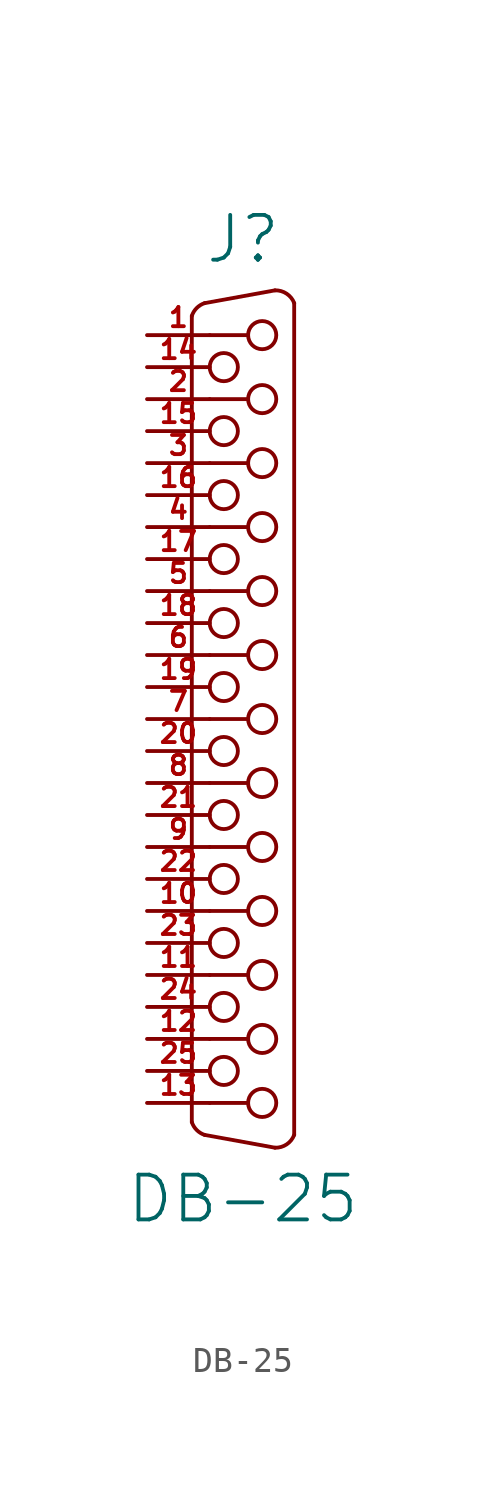
<source format=kicad_sym>
(kicad_symbol_lib
  (version 20211014)
  (generator kicad_symbol_editor)
  (symbol "DB-25"
    (pin_names
      (offset 1.016) hide)
    (property "Reference" "J"
      (at 0 19.05 0)
      (effects (font (size 1.778 1.778))))
    (property "Value" "DB-25"
      (at 0 -19.05 0)
      (effects (font (size 1.778 1.778))))
    (property "Footprint" ""
      (at 0 0 0)
      (effects (font (size 1.524 1.524))))
    (property "Datasheet" ""
      (at 0 0 0)
      (effects (font (size 1.524 1.524))))
    (symbol "DB-25_0_1"
      (arc (start -2.032 -16.002) (mid -1.838 -16.316) (end -1.524 -16.51) (stroke (width 0) (type default) (color 0 0 0 0)) (fill (type none)))
      (arc (start -1.524 16.51) (mid -1.838 16.316) (end -2.032 16.002) (stroke (width 0) (type default) (color 0 0 0 0)) (fill (type none)))
      (circle (center -0.762 -13.97) (radius 0.559) (stroke (width 0) (type default) (color 0 0 0 0)) (fill (type none)))
      (circle (center -0.762 -11.43) (radius 0.559) (stroke (width 0) (type default) (color 0 0 0 0)) (fill (type none)))
      (circle (center -0.762 -8.89) (radius 0.559) (stroke (width 0) (type default) (color 0 0 0 0)) (fill (type none)))
      (circle (center -0.762 -6.35) (radius 0.559) (stroke (width 0) (type default) (color 0 0 0 0)) (fill (type none)))
      (circle (center -0.762 -3.81) (radius 0.559) (stroke (width 0) (type default) (color 0 0 0 0)) (fill (type none)))
      (circle (center -0.762 -1.27) (radius 0.559) (stroke (width 0) (type default) (color 0 0 0 0)) (fill (type none)))
      (circle (center -0.762 1.27) (radius 0.559) (stroke (width 0) (type default) (color 0 0 0 0)) (fill (type none)))
      (circle (center -0.762 3.81) (radius 0.559) (stroke (width 0) (type default) (color 0 0 0 0)) (fill (type none)))
      (circle (center -0.762 6.35) (radius 0.559) (stroke (width 0) (type default) (color 0 0 0 0)) (fill (type none)))
      (circle (center -0.762 8.89) (radius 0.559) (stroke (width 0) (type default) (color 0 0 0 0)) (fill (type none)))
      (circle (center -0.762 11.43) (radius 0.559) (stroke (width 0) (type default) (color 0 0 0 0)) (fill (type none)))
      (circle (center -0.762 13.97) (radius 0.559) (stroke (width 0) (type default) (color 0 0 0 0)) (fill (type none)))
      (polyline (pts (xy -1.321 -15.24) (xy 0.203 -15.24)) (stroke (width 0) (type default) (color 0 0 0 0)) (fill (type none)))
      (polyline (pts (xy -1.321 -12.7) (xy 0.203 -12.7)) (stroke (width 0) (type default) (color 0 0 0 0)) (fill (type none)))
      (polyline (pts (xy -1.321 -10.16) (xy 0.203 -10.16)) (stroke (width 0) (type default) (color 0 0 0 0)) (fill (type none)))
      (polyline (pts (xy -1.321 -7.62) (xy 0.203 -7.62)) (stroke (width 0) (type default) (color 0 0 0 0)) (fill (type none)))
      (polyline (pts (xy -1.321 -5.08) (xy 0.203 -5.08)) (stroke (width 0) (type default) (color 0 0 0 0)) (fill (type none)))
      (polyline (pts (xy -1.321 -2.54) (xy 0.203 -2.54)) (stroke (width 0) (type default) (color 0 0 0 0)) (fill (type none)))
      (polyline (pts (xy -1.321 0) (xy 0.203 0)) (stroke (width 0) (type default) (color 0 0 0 0)) (fill (type none)))
      (polyline (pts (xy -1.321 2.54) (xy 0.203 2.54)) (stroke (width 0) (type default) (color 0 0 0 0)) (fill (type none)))
      (polyline (pts (xy -1.321 5.08) (xy 0.203 5.08)) (stroke (width 0) (type default) (color 0 0 0 0)) (fill (type none)))
      (polyline (pts (xy -1.321 7.62) (xy 0.203 7.62)) (stroke (width 0) (type default) (color 0 0 0 0)) (fill (type none)))
      (polyline (pts (xy -1.321 10.16) (xy 0.203 10.16)) (stroke (width 0) (type default) (color 0 0 0 0)) (fill (type none)))
      (polyline (pts (xy -1.321 12.7) (xy 0.203 12.7)) (stroke (width 0) (type default) (color 0 0 0 0)) (fill (type none)))
      (polyline (pts (xy -1.321 15.24) (xy 0.203 15.24)) (stroke (width 0) (type default) (color 0 0 0 0)) (fill (type none)))
      (polyline (pts (xy -2.032 16.002) (xy -2.032 -16.002) (xy -2.032 -16.002)) (stroke (width 0) (type default) (color 0 0 0 0)) (fill (type none)))
      (polyline (pts (xy -1.524 -16.51) (xy 1.27 -17.018) (xy 1.27 -17.018)) (stroke (width 0) (type default) (color 0 0 0 0)) (fill (type none)))
      (polyline (pts (xy -1.524 16.51) (xy 1.27 17.018) (xy 1.27 17.018)) (stroke (width 0) (type default) (color 0 0 0 0)) (fill (type none)))
      (polyline (pts (xy 2.032 -16.51) (xy 2.032 16.51) (xy 2.032 16.51)) (stroke (width 0) (type default) (color 0 0 0 0)) (fill (type none)))
      (circle (center 0.762 -15.24) (radius 0.559) (stroke (width 0) (type default) (color 0 0 0 0)) (fill (type none)))
      (circle (center 0.762 -12.7) (radius 0.559) (stroke (width 0) (type default) (color 0 0 0 0)) (fill (type none)))
      (circle (center 0.762 -10.16) (radius 0.559) (stroke (width 0) (type default) (color 0 0 0 0)) (fill (type none)))
      (circle (center 0.762 -7.62) (radius 0.559) (stroke (width 0) (type default) (color 0 0 0 0)) (fill (type none)))
      (circle (center 0.762 -5.08) (radius 0.559) (stroke (width 0) (type default) (color 0 0 0 0)) (fill (type none)))
      (circle (center 0.762 -2.54) (radius 0.559) (stroke (width 0) (type default) (color 0 0 0 0)) (fill (type none)))
      (circle (center 0.762 0) (radius 0.559) (stroke (width 0) (type default) (color 0 0 0 0)) (fill (type none)))
      (circle (center 0.762 2.54) (radius 0.559) (stroke (width 0) (type default) (color 0 0 0 0)) (fill (type none)))
      (circle (center 0.762 5.08) (radius 0.559) (stroke (width 0) (type default) (color 0 0 0 0)) (fill (type none)))
      (circle (center 0.762 7.62) (radius 0.559) (stroke (width 0) (type default) (color 0 0 0 0)) (fill (type none)))
      (circle (center 0.762 10.16) (radius 0.559) (stroke (width 0) (type default) (color 0 0 0 0)) (fill (type none)))
      (circle (center 0.762 12.7) (radius 0.559) (stroke (width 0) (type default) (color 0 0 0 0)) (fill (type none)))
      (circle (center 0.762 15.24) (radius 0.559) (stroke (width 0) (type default) (color 0 0 0 0)) (fill (type none)))
      (arc (start 1.27 -17.018) (mid 1.7324 -16.8861) (end 2.032 -16.51) (stroke (width 0) (type default) (color 0 0 0 0)) (fill (type none)))
      (arc (start 2.032 16.51) (mid 1.7324 16.8861) (end 1.27 17.018) (stroke (width 0) (type default) (color 0 0 0 0)) (fill (type none))))
    (symbol "DB-25_1_1"
      (pin passive line (at -3.81 15.24 0) (length 2.489) (name "~" (effects (font (size 0.762 0.762)))) (number "1" (effects (font (size 0.762 0.762)))))
      (pin passive line (at -3.81 -7.62 0) (length 2.489) (name "~" (effects (font (size 0.762 0.762)))) (number "10" (effects (font (size 0.762 0.762)))))
      (pin passive line (at -3.81 -10.16 0) (length 2.489) (name "~" (effects (font (size 0.762 0.762)))) (number "11" (effects (font (size 0.762 0.762)))))
      (pin passive line (at -3.81 -12.7 0) (length 2.489) (name "~" (effects (font (size 0.762 0.762)))) (number "12" (effects (font (size 0.762 0.762)))))
      (pin passive line (at -3.81 -15.24 0) (length 2.489) (name "~" (effects (font (size 0.762 0.762)))) (number "13" (effects (font (size 0.762 0.762)))))
      (pin passive line (at -3.81 13.97 0) (length 2.489) (name "~" (effects (font (size 0.762 0.762)))) (number "14" (effects (font (size 0.762 0.762)))))
      (pin passive line (at -3.81 11.43 0) (length 2.489) (name "~" (effects (font (size 0.762 0.762)))) (number "15" (effects (font (size 0.762 0.762)))))
      (pin passive line (at -3.81 8.89 0) (length 2.489) (name "~" (effects (font (size 0.762 0.762)))) (number "16" (effects (font (size 0.762 0.762)))))
      (pin passive line (at -3.81 6.35 0) (length 2.489) (name "~" (effects (font (size 0.762 0.762)))) (number "17" (effects (font (size 0.762 0.762)))))
      (pin passive line (at -3.81 3.81 0) (length 2.489) (name "~" (effects (font (size 0.762 0.762)))) (number "18" (effects (font (size 0.762 0.762)))))
      (pin passive line (at -3.81 1.27 0) (length 2.489) (name "~" (effects (font (size 0.762 0.762)))) (number "19" (effects (font (size 0.762 0.762)))))
      (pin passive line (at -3.81 12.7 0) (length 2.489) (name "~" (effects (font (size 0.762 0.762)))) (number "2" (effects (font (size 0.762 0.762)))))
      (pin passive line (at -3.81 -1.27 0) (length 2.489) (name "~" (effects (font (size 0.762 0.762)))) (number "20" (effects (font (size 0.762 0.762)))))
      (pin passive line (at -3.81 -3.81 0) (length 2.489) (name "~" (effects (font (size 0.762 0.762)))) (number "21" (effects (font (size 0.762 0.762)))))
      (pin passive line (at -3.81 -6.35 0) (length 2.489) (name "~" (effects (font (size 0.762 0.762)))) (number "22" (effects (font (size 0.762 0.762)))))
      (pin passive line (at -3.81 -8.89 0) (length 2.489) (name "~" (effects (font (size 0.762 0.762)))) (number "23" (effects (font (size 0.762 0.762)))))
      (pin passive line (at -3.81 -11.43 0) (length 2.489) (name "~" (effects (font (size 0.762 0.762)))) (number "24" (effects (font (size 0.762 0.762)))))
      (pin passive line (at -3.81 -13.97 0) (length 2.489) (name "~" (effects (font (size 0.762 0.762)))) (number "25" (effects (font (size 0.762 0.762)))))
      (pin passive line (at -3.81 10.16 0) (length 2.489) (name "~" (effects (font (size 0.762 0.762)))) (number "3" (effects (font (size 0.762 0.762)))))
      (pin passive line (at -3.81 7.62 0) (length 2.489) (name "~" (effects (font (size 0.762 0.762)))) (number "4" (effects (font (size 0.762 0.762)))))
      (pin passive line (at -3.81 5.08 0) (length 2.489) (name "~" (effects (font (size 0.762 0.762)))) (number "5" (effects (font (size 0.762 0.762)))))
      (pin passive line (at -3.81 2.54 0) (length 2.489) (name "~" (effects (font (size 0.762 0.762)))) (number "6" (effects (font (size 0.762 0.762)))))
      (pin passive line (at -3.81 0 0) (length 2.489) (name "~" (effects (font (size 0.762 0.762)))) (number "7" (effects (font (size 0.762 0.762)))))
      (pin passive line (at -3.81 -2.54 0) (length 2.489) (name "~" (effects (font (size 0.762 0.762)))) (number "8" (effects (font (size 0.762 0.762)))))
      (pin passive line (at -3.81 -5.08 0) (length 2.489) (name "~" (effects (font (size 0.762 0.762)))) (number "9" (effects (font (size 0.762 0.762))))))))
</source>
